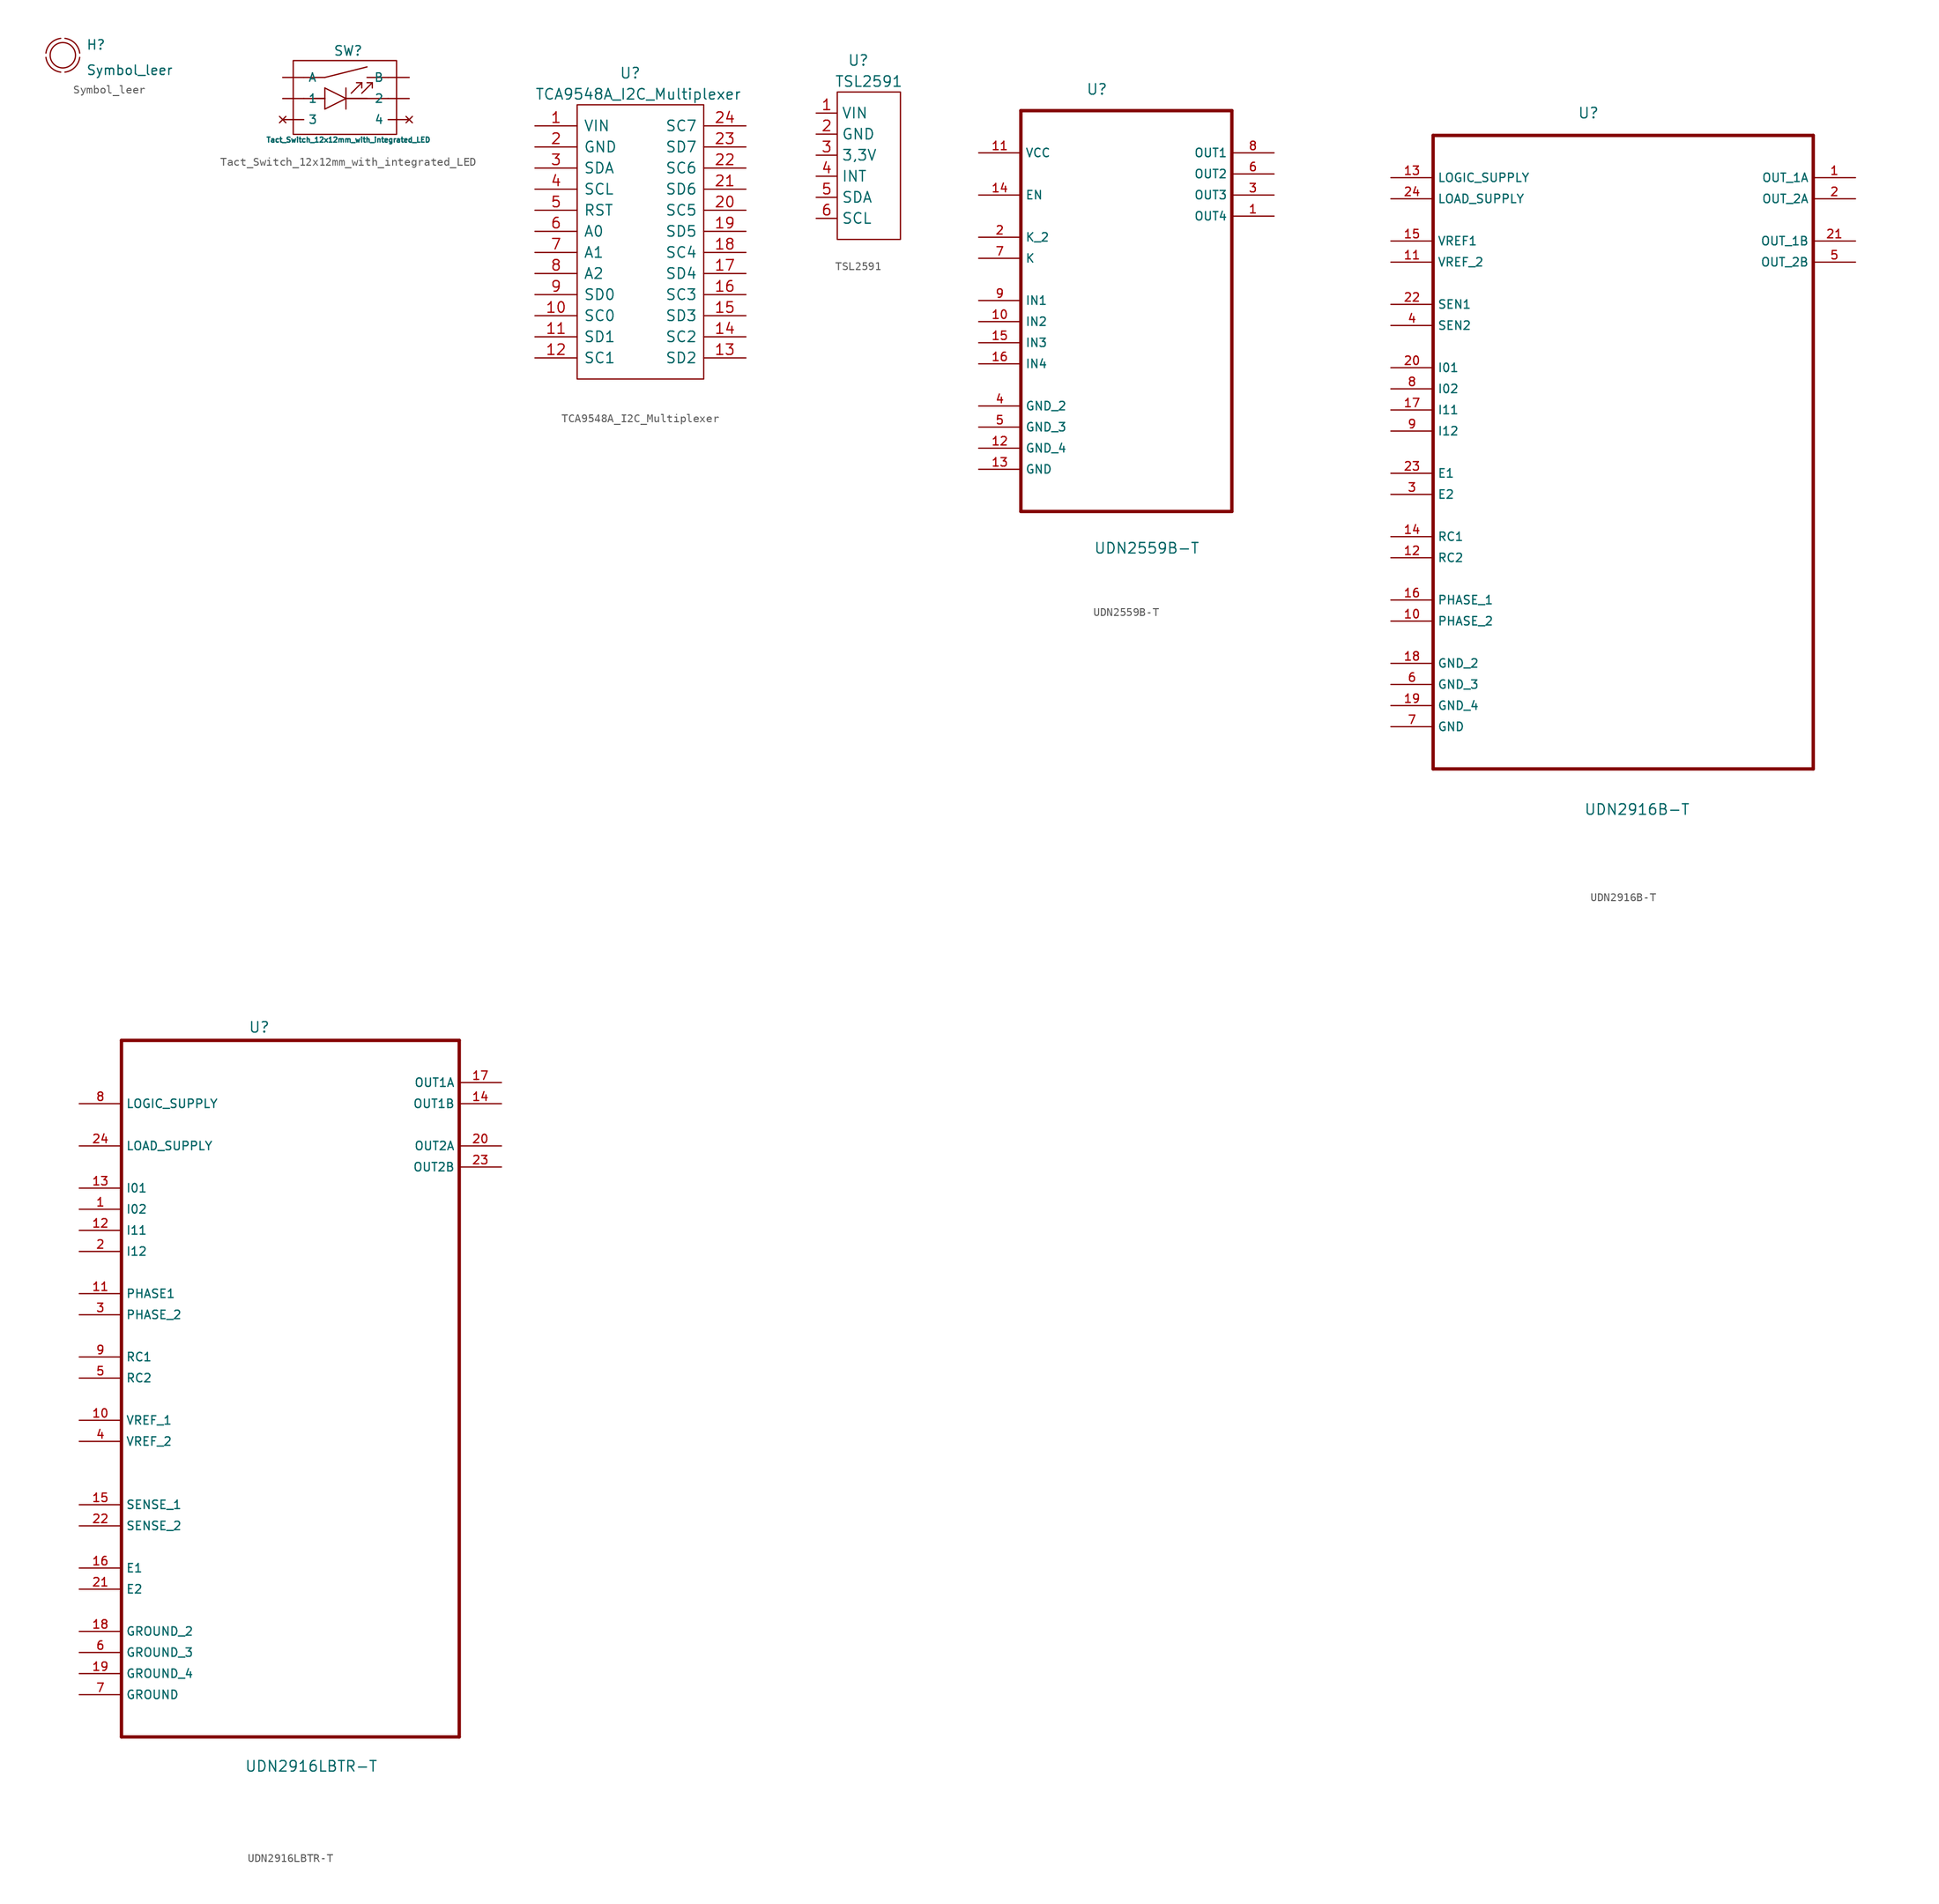
<source format=kicad_sym>
(kicad_symbol_lib
  (version 20220102)
  (generator kicad_symbol_editor)
  (symbol "Symbol_leer"
    (pin_numbers hide)
    (pin_names hide)
    (property "Reference" "H"
      (at 2.794 0.584 0)
      (effects (font (size 1.143 1.143)) (justify left bottom)))
    (property "Value" "Symbol_leer"
      (at 2.794 -2.464 0)
      (effects (font (size 1.143 1.143)) (justify left bottom)))
    (property "ki_locked" ""
      (at 0 0 0)
      (effects (font (size 1.27 1.27))))
    (symbol "Symbol_leer_1_1"
      (arc (start -2.032 -0.254) (mid -1.448 -1.448) (end -0.254 -2.032) (stroke (width 0) (type default)) (fill (type none)))
      (arc (start -0.254 2.032) (mid -1.448 1.448) (end -2.032 0.254) (stroke (width 0) (type default)) (fill (type none)))
      (circle (center 0 0) (radius 1.524) (stroke (width 0) (type default)) (fill (type none)))
      (arc (start 0.254 -2.032) (mid 1.448 -1.448) (end 2.032 -0.254) (stroke (width 0) (type default)) (fill (type none)))
      (arc (start 2.032 0.254) (mid 1.448 1.448) (end 0.254 2.032) (stroke (width 0) (type default)) (fill (type none)))))
  (symbol "Tact_Switch_12x12mm_with_integrated_LED"
    (pin_numbers hide)
    (property "Reference" "SW"
      (at -1.524 5.08 0)
      (effects (font (size 1.143 1.143)) (justify left bottom)))
    (property "Value" "Tact_Switch_12x12mm_with_integrated_LED"
      (at -9.652 -5.334 0)
      (effects (font (size 0.61 0.61)) (justify left bottom)))
    (symbol "Tact_Switch_12x12mm_with_integrated_LED_0_1"
      (rectangle (start -6.35 4.572) (end 6.096 -4.318) (stroke (width 0) (type default)) (fill (type none))))
    (symbol "Tact_Switch_12x12mm_with_integrated_LED_1_0"
      (polyline (pts (xy -5.08 0) (xy -2.54 0)) (stroke (width 0) (type default)) (fill (type none)))
      (polyline (pts (xy -5.08 2.54) (xy -2.54 2.54)) (stroke (width 0) (type default)) (fill (type none)))
      (polyline (pts (xy -3.81 0) (xy -2.54 0)) (stroke (width 0) (type default)) (fill (type none)))
      (polyline (pts (xy -2.54 0) (xy -2.54 -1.27)) (stroke (width 0) (type default)) (fill (type none)))
      (polyline (pts (xy -2.54 1.27) (xy -2.54 0)) (stroke (width 0) (type default)) (fill (type none)))
      (polyline (pts (xy -2.54 1.27) (xy 0 0)) (stroke (width 0) (type default)) (fill (type none)))
      (polyline (pts (xy -2.54 2.54) (xy 2.54 3.81)) (stroke (width 0) (type default)) (fill (type none)))
      (polyline (pts (xy 0 0) (xy -2.54 -1.27)) (stroke (width 0) (type default)) (fill (type none)))
      (polyline (pts (xy 0 0) (xy 0 -1.27)) (stroke (width 0) (type default)) (fill (type none)))
      (polyline (pts (xy 0 0) (xy 2.54 0)) (stroke (width 0) (type default)) (fill (type none)))
      (polyline (pts (xy 0 0) (xy 5.08 0)) (stroke (width 0) (type default)) (fill (type none)))
      (polyline (pts (xy 0 1.27) (xy 0 0)) (stroke (width 0) (type default)) (fill (type none)))
      (polyline (pts (xy 0.635 0.635) (xy 1.905 1.905)) (stroke (width 0) (type default)) (fill (type none)))
      (polyline (pts (xy 1.905 0.635) (xy 3.175 1.905)) (stroke (width 0) (type default)) (fill (type none)))
      (polyline (pts (xy 1.905 1.905) (xy 1.27 1.905)) (stroke (width 0) (type default)) (fill (type none)))
      (polyline (pts (xy 1.905 1.905) (xy 1.905 1.27)) (stroke (width 0) (type default)) (fill (type none)))
      (polyline (pts (xy 2.54 2.54) (xy 5.08 2.54)) (stroke (width 0) (type default)) (fill (type none)))
      (polyline (pts (xy 3.175 1.905) (xy 2.54 1.905)) (stroke (width 0) (type default)) (fill (type none)))
      (polyline (pts (xy 3.175 1.905) (xy 3.175 1.27)) (stroke (width 0) (type default)) (fill (type none))))
    (symbol "Tact_Switch_12x12mm_with_integrated_LED_1_1"
      (pin passive line (at -7.62 0 0) (length 2.54) (name "1" (effects (font (size 1.016 1.016)))) (number "1" (effects (font (size 1.016 1.016)))))
      (pin passive line (at 7.62 0 180) (length 2.54) (name "2" (effects (font (size 1.016 1.016)))) (number "2" (effects (font (size 1.016 1.016)))))
      (pin no_connect line (at -7.62 -2.54 0) (length 2.54) (name "3" (effects (font (size 1.016 1.016)))) (number "3" (effects (font (size 1.016 1.016)))))
      (pin no_connect line (at 7.62 -2.54 180) (length 2.54) (name "4" (effects (font (size 1.016 1.016)))) (number "4" (effects (font (size 1.016 1.016)))))
      (pin passive line (at -7.62 2.54 0) (length 2.54) (name "A" (effects (font (size 1.016 1.016)))) (number "A" (effects (font (size 1.016 1.016)))))
      (pin passive line (at 7.62 2.54 180) (length 2.54) (name "B" (effects (font (size 1.016 1.016)))) (number "B" (effects (font (size 1.016 1.016)))))))
  (symbol "TCA9548A_I2C_Multiplexer"
    (pin_names
      (offset 0.762))
    (property "Reference" "U"
      (at -2.54 20.32 0)
      (effects (font (size 1.27 1.27)) (justify left)))
    (property "Value" "TCA9548A_I2C_Multiplexer"
      (at -12.7 17.78 0)
      (effects (font (size 1.27 1.27)) (justify left)))
    (symbol "TCA9548A_I2C_Multiplexer_0_0"
      (pin bidirectional line (at -12.7 13.97 0) (length 5.08) (name "VIN" (effects (font (size 1.27 1.27)))) (number "1" (effects (font (size 1.27 1.27)))))
      (pin bidirectional line (at -12.7 -8.89 0) (length 5.08) (name "SC0" (effects (font (size 1.27 1.27)))) (number "10" (effects (font (size 1.27 1.27)))))
      (pin bidirectional line (at -12.7 -11.43 0) (length 5.08) (name "SD1" (effects (font (size 1.27 1.27)))) (number "11" (effects (font (size 1.27 1.27)))))
      (pin bidirectional line (at -12.7 -13.97 0) (length 5.08) (name "SC1" (effects (font (size 1.27 1.27)))) (number "12" (effects (font (size 1.27 1.27)))))
      (pin bidirectional line (at 12.7 -13.97 180) (length 5.08) (name "SD2" (effects (font (size 1.27 1.27)))) (number "13" (effects (font (size 1.27 1.27)))))
      (pin bidirectional line (at 12.7 -11.43 180) (length 5.08) (name "SC2" (effects (font (size 1.27 1.27)))) (number "14" (effects (font (size 1.27 1.27)))))
      (pin bidirectional line (at 12.7 -8.89 180) (length 5.08) (name "SD3" (effects (font (size 1.27 1.27)))) (number "15" (effects (font (size 1.27 1.27)))))
      (pin bidirectional line (at 12.7 -6.35 180) (length 5.08) (name "SC3" (effects (font (size 1.27 1.27)))) (number "16" (effects (font (size 1.27 1.27)))))
      (pin bidirectional line (at 12.7 -3.81 180) (length 5.08) (name "SD4" (effects (font (size 1.27 1.27)))) (number "17" (effects (font (size 1.27 1.27)))))
      (pin bidirectional line (at 12.7 -1.27 180) (length 5.08) (name "SC4" (effects (font (size 1.27 1.27)))) (number "18" (effects (font (size 1.27 1.27)))))
      (pin bidirectional line (at 12.7 1.27 180) (length 5.08) (name "SD5" (effects (font (size 1.27 1.27)))) (number "19" (effects (font (size 1.27 1.27)))))
      (pin bidirectional line (at -12.7 11.43 0) (length 5.08) (name "GND" (effects (font (size 1.27 1.27)))) (number "2" (effects (font (size 1.27 1.27)))))
      (pin bidirectional line (at 12.7 3.81 180) (length 5.08) (name "SC5" (effects (font (size 1.27 1.27)))) (number "20" (effects (font (size 1.27 1.27)))))
      (pin bidirectional line (at 12.7 6.35 180) (length 5.08) (name "SD6" (effects (font (size 1.27 1.27)))) (number "21" (effects (font (size 1.27 1.27)))))
      (pin bidirectional line (at 12.7 8.89 180) (length 5.08) (name "SC6" (effects (font (size 1.27 1.27)))) (number "22" (effects (font (size 1.27 1.27)))))
      (pin bidirectional line (at 12.7 11.43 180) (length 5.08) (name "SD7" (effects (font (size 1.27 1.27)))) (number "23" (effects (font (size 1.27 1.27)))))
      (pin bidirectional line (at 12.7 13.97 180) (length 5.08) (name "SC7" (effects (font (size 1.27 1.27)))) (number "24" (effects (font (size 1.27 1.27)))))
      (pin bidirectional line (at -12.7 8.89 0) (length 5.08) (name "SDA" (effects (font (size 1.27 1.27)))) (number "3" (effects (font (size 1.27 1.27)))))
      (pin bidirectional line (at -12.7 6.35 0) (length 5.08) (name "SCL" (effects (font (size 1.27 1.27)))) (number "4" (effects (font (size 1.27 1.27)))))
      (pin bidirectional line (at -12.7 3.81 0) (length 5.08) (name "RST" (effects (font (size 1.27 1.27)))) (number "5" (effects (font (size 1.27 1.27)))))
      (pin bidirectional line (at -12.7 1.27 0) (length 5.08) (name "A0" (effects (font (size 1.27 1.27)))) (number "6" (effects (font (size 1.27 1.27)))))
      (pin bidirectional line (at -12.7 -1.27 0) (length 5.08) (name "A1" (effects (font (size 1.27 1.27)))) (number "7" (effects (font (size 1.27 1.27)))))
      (pin bidirectional line (at -12.7 -3.81 0) (length 5.08) (name "A2" (effects (font (size 1.27 1.27)))) (number "8" (effects (font (size 1.27 1.27)))))
      (pin bidirectional line (at -12.7 -6.35 0) (length 5.08) (name "SD0" (effects (font (size 1.27 1.27)))) (number "9" (effects (font (size 1.27 1.27))))))
    (symbol "TCA9548A_I2C_Multiplexer_0_1"
      (rectangle (start -7.62 16.51) (end 7.62 -16.51) (stroke (width 0) (type default)) (fill (type none)))))
  (symbol "TSL2591"
    (property "Reference" "U"
      (at -1.27 12.7 0)
      (effects (font (size 1.27 1.27))))
    (property "Value" "TSL2591"
      (at 0 10.16 0)
      (effects (font (size 1.27 1.27))))
    (symbol "TSL2591_0_1"
      (rectangle (start -3.81 8.89) (end 3.81 -8.89) (stroke (width 0) (type default)) (fill (type none))))
    (symbol "TSL2591_1_1"
      (pin input line (at -6.35 6.35 0) (length 2.54) (name "VIN" (effects (font (size 1.27 1.27)))) (number "1" (effects (font (size 1.27 1.27)))))
      (pin input line (at -6.35 3.81 0) (length 2.54) (name "GND" (effects (font (size 1.27 1.27)))) (number "2" (effects (font (size 1.27 1.27)))))
      (pin input line (at -6.35 1.27 0) (length 2.54) (name "3,3V" (effects (font (size 1.27 1.27)))) (number "3" (effects (font (size 1.27 1.27)))))
      (pin input line (at -6.35 -1.27 0) (length 2.54) (name "INT" (effects (font (size 1.27 1.27)))) (number "4" (effects (font (size 1.27 1.27)))))
      (pin input line (at -6.35 -3.81 0) (length 2.54) (name "SDA" (effects (font (size 1.27 1.27)))) (number "5" (effects (font (size 1.27 1.27)))))
      (pin input line (at -6.35 -6.35 0) (length 2.54) (name "SCL" (effects (font (size 1.27 1.27)))) (number "6" (effects (font (size 1.27 1.27)))))))
  (symbol "UDN2559B-T"
    (property "Reference" "U"
      (at -4.851 22.885 0)
      (effects (font (size 1.27 1.27)) (justify left)))
    (property "Value" "UDN2559B-T"
      (at -3.937 -32.36 0)
      (effects (font (size 1.27 1.27)) (justify left)))
    (property "ki_locked" ""
      (at 0 0 0)
      (effects (font (size 1.27 1.27))))
    (symbol "UDN2559B-T_0_0"
      (polyline (pts (xy -12.7 -27.94) (xy 12.7 -27.94)) (stroke (width 0.406) (type default)) (fill (type none)))
      (polyline (pts (xy -12.7 20.32) (xy -12.7 -27.94)) (stroke (width 0.406) (type default)) (fill (type none)))
      (polyline (pts (xy 12.7 -27.94) (xy 12.7 20.32)) (stroke (width 0.406) (type default)) (fill (type none)))
      (polyline (pts (xy 12.7 20.32) (xy -12.7 20.32)) (stroke (width 0.406) (type default)) (fill (type none)))
      (pin output line (at 17.78 7.62 180) (length 5.08) (name "OUT4" (effects (font (size 1.016 1.016)))) (number "1" (effects (font (size 1.016 1.016)))))
      (pin input line (at -17.78 -5.08 0) (length 5.08) (name "IN2" (effects (font (size 1.016 1.016)))) (number "10" (effects (font (size 1.016 1.016)))))
      (pin input line (at -17.78 15.24 0) (length 5.08) (name "VCC" (effects (font (size 1.016 1.016)))) (number "11" (effects (font (size 1.016 1.016)))))
      (pin passive line (at -17.78 -20.32 0) (length 5.08) (name "GND_4" (effects (font (size 1.016 1.016)))) (number "12" (effects (font (size 1.016 1.016)))))
      (pin passive line (at -17.78 -22.86 0) (length 5.08) (name "GND" (effects (font (size 1.016 1.016)))) (number "13" (effects (font (size 1.016 1.016)))))
      (pin input line (at -17.78 10.16 0) (length 5.08) (name "EN" (effects (font (size 1.016 1.016)))) (number "14" (effects (font (size 1.016 1.016)))))
      (pin input line (at -17.78 -7.62 0) (length 5.08) (name "IN3" (effects (font (size 1.016 1.016)))) (number "15" (effects (font (size 1.016 1.016)))))
      (pin input line (at -17.78 -10.16 0) (length 5.08) (name "IN4" (effects (font (size 1.016 1.016)))) (number "16" (effects (font (size 1.016 1.016)))))
      (pin passive line (at -17.78 5.08 0) (length 5.08) (name "K_2" (effects (font (size 1.016 1.016)))) (number "2" (effects (font (size 1.016 1.016)))))
      (pin output line (at 17.78 10.16 180) (length 5.08) (name "OUT3" (effects (font (size 1.016 1.016)))) (number "3" (effects (font (size 1.016 1.016)))))
      (pin passive line (at -17.78 -15.24 0) (length 5.08) (name "GND_2" (effects (font (size 1.016 1.016)))) (number "4" (effects (font (size 1.016 1.016)))))
      (pin passive line (at -17.78 -17.78 0) (length 5.08) (name "GND_3" (effects (font (size 1.016 1.016)))) (number "5" (effects (font (size 1.016 1.016)))))
      (pin output line (at 17.78 12.7 180) (length 5.08) (name "OUT2" (effects (font (size 1.016 1.016)))) (number "6" (effects (font (size 1.016 1.016)))))
      (pin passive line (at -17.78 2.54 0) (length 5.08) (name "K" (effects (font (size 1.016 1.016)))) (number "7" (effects (font (size 1.016 1.016)))))
      (pin output line (at 17.78 15.24 180) (length 5.08) (name "OUT1" (effects (font (size 1.016 1.016)))) (number "8" (effects (font (size 1.016 1.016)))))
      (pin input line (at -17.78 -2.54 0) (length 5.08) (name "IN1" (effects (font (size 1.016 1.016)))) (number "9" (effects (font (size 1.016 1.016)))))))
  (symbol "UDN2916B-T"
    (property "Reference" "U"
      (at -5.486 38.252 0)
      (effects (font (size 1.27 1.27)) (justify left)))
    (property "Value" "UDN2916B-T"
      (at -4.724 -45.517 0)
      (effects (font (size 1.27 1.27)) (justify left)))
    (property "ki_locked" ""
      (at 0 0 0)
      (effects (font (size 1.27 1.27))))
    (symbol "UDN2916B-T_0_0"
      (polyline (pts (xy -22.86 -40.64) (xy 22.86 -40.64)) (stroke (width 0.406) (type default)) (fill (type none)))
      (polyline (pts (xy -22.86 35.56) (xy -22.86 -40.64)) (stroke (width 0.406) (type default)) (fill (type none)))
      (polyline (pts (xy 22.86 -40.64) (xy 22.86 35.56)) (stroke (width 0.406) (type default)) (fill (type none)))
      (polyline (pts (xy 22.86 35.56) (xy -22.86 35.56)) (stroke (width 0.406) (type default)) (fill (type none)))
      (pin output line (at 27.94 30.48 180) (length 5.08) (name "OUT_1A" (effects (font (size 1.016 1.016)))) (number "1" (effects (font (size 1.016 1.016)))))
      (pin input line (at -27.94 -22.86 0) (length 5.08) (name "PHASE_2" (effects (font (size 1.016 1.016)))) (number "10" (effects (font (size 1.016 1.016)))))
      (pin input line (at -27.94 20.32 0) (length 5.08) (name "VREF_2" (effects (font (size 1.016 1.016)))) (number "11" (effects (font (size 1.016 1.016)))))
      (pin input line (at -27.94 -15.24 0) (length 5.08) (name "RC2" (effects (font (size 1.016 1.016)))) (number "12" (effects (font (size 1.016 1.016)))))
      (pin input line (at -27.94 30.48 0) (length 5.08) (name "LOGIC_SUPPLY" (effects (font (size 1.016 1.016)))) (number "13" (effects (font (size 1.016 1.016)))))
      (pin input line (at -27.94 -12.7 0) (length 5.08) (name "RC1" (effects (font (size 1.016 1.016)))) (number "14" (effects (font (size 1.016 1.016)))))
      (pin input line (at -27.94 22.86 0) (length 5.08) (name "VREF1" (effects (font (size 1.016 1.016)))) (number "15" (effects (font (size 1.016 1.016)))))
      (pin input line (at -27.94 -20.32 0) (length 5.08) (name "PHASE_1" (effects (font (size 1.016 1.016)))) (number "16" (effects (font (size 1.016 1.016)))))
      (pin input line (at -27.94 2.54 0) (length 5.08) (name "I11" (effects (font (size 1.016 1.016)))) (number "17" (effects (font (size 1.016 1.016)))))
      (pin passive line (at -27.94 -27.94 0) (length 5.08) (name "GND_2" (effects (font (size 1.016 1.016)))) (number "18" (effects (font (size 1.016 1.016)))))
      (pin passive line (at -27.94 -33.02 0) (length 5.08) (name "GND_4" (effects (font (size 1.016 1.016)))) (number "19" (effects (font (size 1.016 1.016)))))
      (pin output line (at 27.94 27.94 180) (length 5.08) (name "OUT_2A" (effects (font (size 1.016 1.016)))) (number "2" (effects (font (size 1.016 1.016)))))
      (pin input line (at -27.94 7.62 0) (length 5.08) (name "I01" (effects (font (size 1.016 1.016)))) (number "20" (effects (font (size 1.016 1.016)))))
      (pin output line (at 27.94 22.86 180) (length 5.08) (name "OUT_1B" (effects (font (size 1.016 1.016)))) (number "21" (effects (font (size 1.016 1.016)))))
      (pin input line (at -27.94 15.24 0) (length 5.08) (name "SEN1" (effects (font (size 1.016 1.016)))) (number "22" (effects (font (size 1.016 1.016)))))
      (pin input line (at -27.94 -5.08 0) (length 5.08) (name "E1" (effects (font (size 1.016 1.016)))) (number "23" (effects (font (size 1.016 1.016)))))
      (pin input line (at -27.94 27.94 0) (length 5.08) (name "LOAD_SUPPLY" (effects (font (size 1.016 1.016)))) (number "24" (effects (font (size 1.016 1.016)))))
      (pin input line (at -27.94 -7.62 0) (length 5.08) (name "E2" (effects (font (size 1.016 1.016)))) (number "3" (effects (font (size 1.016 1.016)))))
      (pin input line (at -27.94 12.7 0) (length 5.08) (name "SEN2" (effects (font (size 1.016 1.016)))) (number "4" (effects (font (size 1.016 1.016)))))
      (pin output line (at 27.94 20.32 180) (length 5.08) (name "OUT_2B" (effects (font (size 1.016 1.016)))) (number "5" (effects (font (size 1.016 1.016)))))
      (pin passive line (at -27.94 -30.48 0) (length 5.08) (name "GND_3" (effects (font (size 1.016 1.016)))) (number "6" (effects (font (size 1.016 1.016)))))
      (pin passive line (at -27.94 -35.56 0) (length 5.08) (name "GND" (effects (font (size 1.016 1.016)))) (number "7" (effects (font (size 1.016 1.016)))))
      (pin input line (at -27.94 5.08 0) (length 5.08) (name "I02" (effects (font (size 1.016 1.016)))) (number "8" (effects (font (size 1.016 1.016)))))
      (pin input line (at -27.94 0 0) (length 5.08) (name "I12" (effects (font (size 1.016 1.016)))) (number "9" (effects (font (size 1.016 1.016)))))))
  (symbol "UDN2916LBTR-T"
    (property "Reference" "U"
      (at -5.055 39.675 0)
      (effects (font (size 1.27 1.27)) (justify left)))
    (property "Value" "UDN2916LBTR-T"
      (at -5.512 -49.251 0)
      (effects (font (size 1.27 1.27)) (justify left)))
    (property "ki_locked" ""
      (at 0 0 0)
      (effects (font (size 1.27 1.27))))
    (symbol "UDN2916LBTR-T_0_0"
      (polyline (pts (xy -20.32 -45.72) (xy 20.32 -45.72)) (stroke (width 0.406) (type default)) (fill (type none)))
      (polyline (pts (xy -20.32 38.1) (xy -20.32 -45.72)) (stroke (width 0.406) (type default)) (fill (type none)))
      (polyline (pts (xy 20.32 -45.72) (xy 20.32 38.1)) (stroke (width 0.406) (type default)) (fill (type none)))
      (polyline (pts (xy 20.32 38.1) (xy -20.32 38.1)) (stroke (width 0.406) (type default)) (fill (type none)))
      (pin input line (at -25.4 17.78 0) (length 5.08) (name "I02" (effects (font (size 1.016 1.016)))) (number "1" (effects (font (size 1.016 1.016)))))
      (pin input line (at -25.4 -7.62 0) (length 5.08) (name "VREF_1" (effects (font (size 1.016 1.016)))) (number "10" (effects (font (size 1.016 1.016)))))
      (pin input line (at -25.4 7.62 0) (length 5.08) (name "PHASE1" (effects (font (size 1.016 1.016)))) (number "11" (effects (font (size 1.016 1.016)))))
      (pin input line (at -25.4 15.24 0) (length 5.08) (name "I11" (effects (font (size 1.016 1.016)))) (number "12" (effects (font (size 1.016 1.016)))))
      (pin passive line (at -25.4 20.32 0) (length 5.08) (name "I01" (effects (font (size 1.016 1.016)))) (number "13" (effects (font (size 1.016 1.016)))))
      (pin output line (at 25.4 30.48 180) (length 5.08) (name "OUT1B" (effects (font (size 1.016 1.016)))) (number "14" (effects (font (size 1.016 1.016)))))
      (pin input line (at -25.4 -17.78 0) (length 5.08) (name "SENSE_1" (effects (font (size 1.016 1.016)))) (number "15" (effects (font (size 1.016 1.016)))))
      (pin input line (at -25.4 -25.4 0) (length 5.08) (name "E1" (effects (font (size 1.016 1.016)))) (number "16" (effects (font (size 1.016 1.016)))))
      (pin output line (at 25.4 33.02 180) (length 5.08) (name "OUT1A" (effects (font (size 1.016 1.016)))) (number "17" (effects (font (size 1.016 1.016)))))
      (pin passive line (at -25.4 -33.02 0) (length 5.08) (name "GROUND_2" (effects (font (size 1.016 1.016)))) (number "18" (effects (font (size 1.016 1.016)))))
      (pin passive line (at -25.4 -38.1 0) (length 5.08) (name "GROUND_4" (effects (font (size 1.016 1.016)))) (number "19" (effects (font (size 1.016 1.016)))))
      (pin input line (at -25.4 12.7 0) (length 5.08) (name "I12" (effects (font (size 1.016 1.016)))) (number "2" (effects (font (size 1.016 1.016)))))
      (pin output line (at 25.4 25.4 180) (length 5.08) (name "OUT2A" (effects (font (size 1.016 1.016)))) (number "20" (effects (font (size 1.016 1.016)))))
      (pin input line (at -25.4 -27.94 0) (length 5.08) (name "E2" (effects (font (size 1.016 1.016)))) (number "21" (effects (font (size 1.016 1.016)))))
      (pin input line (at -25.4 -20.32 0) (length 5.08) (name "SENSE_2" (effects (font (size 1.016 1.016)))) (number "22" (effects (font (size 1.016 1.016)))))
      (pin output line (at 25.4 22.86 180) (length 5.08) (name "OUT2B" (effects (font (size 1.016 1.016)))) (number "23" (effects (font (size 1.016 1.016)))))
      (pin input line (at -25.4 25.4 0) (length 5.08) (name "LOAD_SUPPLY" (effects (font (size 1.016 1.016)))) (number "24" (effects (font (size 1.016 1.016)))))
      (pin input line (at -25.4 5.08 0) (length 5.08) (name "PHASE_2" (effects (font (size 1.016 1.016)))) (number "3" (effects (font (size 1.016 1.016)))))
      (pin input line (at -25.4 -10.16 0) (length 5.08) (name "VREF_2" (effects (font (size 1.016 1.016)))) (number "4" (effects (font (size 1.016 1.016)))))
      (pin input line (at -25.4 -2.54 0) (length 5.08) (name "RC2" (effects (font (size 1.016 1.016)))) (number "5" (effects (font (size 1.016 1.016)))))
      (pin passive line (at -25.4 -35.56 0) (length 5.08) (name "GROUND_3" (effects (font (size 1.016 1.016)))) (number "6" (effects (font (size 1.016 1.016)))))
      (pin passive line (at -25.4 -40.64 0) (length 5.08) (name "GROUND" (effects (font (size 1.016 1.016)))) (number "7" (effects (font (size 1.016 1.016)))))
      (pin input line (at -25.4 30.48 0) (length 5.08) (name "LOGIC_SUPPLY" (effects (font (size 1.016 1.016)))) (number "8" (effects (font (size 1.016 1.016)))))
      (pin input line (at -25.4 0 0) (length 5.08) (name "RC1" (effects (font (size 1.016 1.016)))) (number "9" (effects (font (size 1.016 1.016))))))))
</source>
